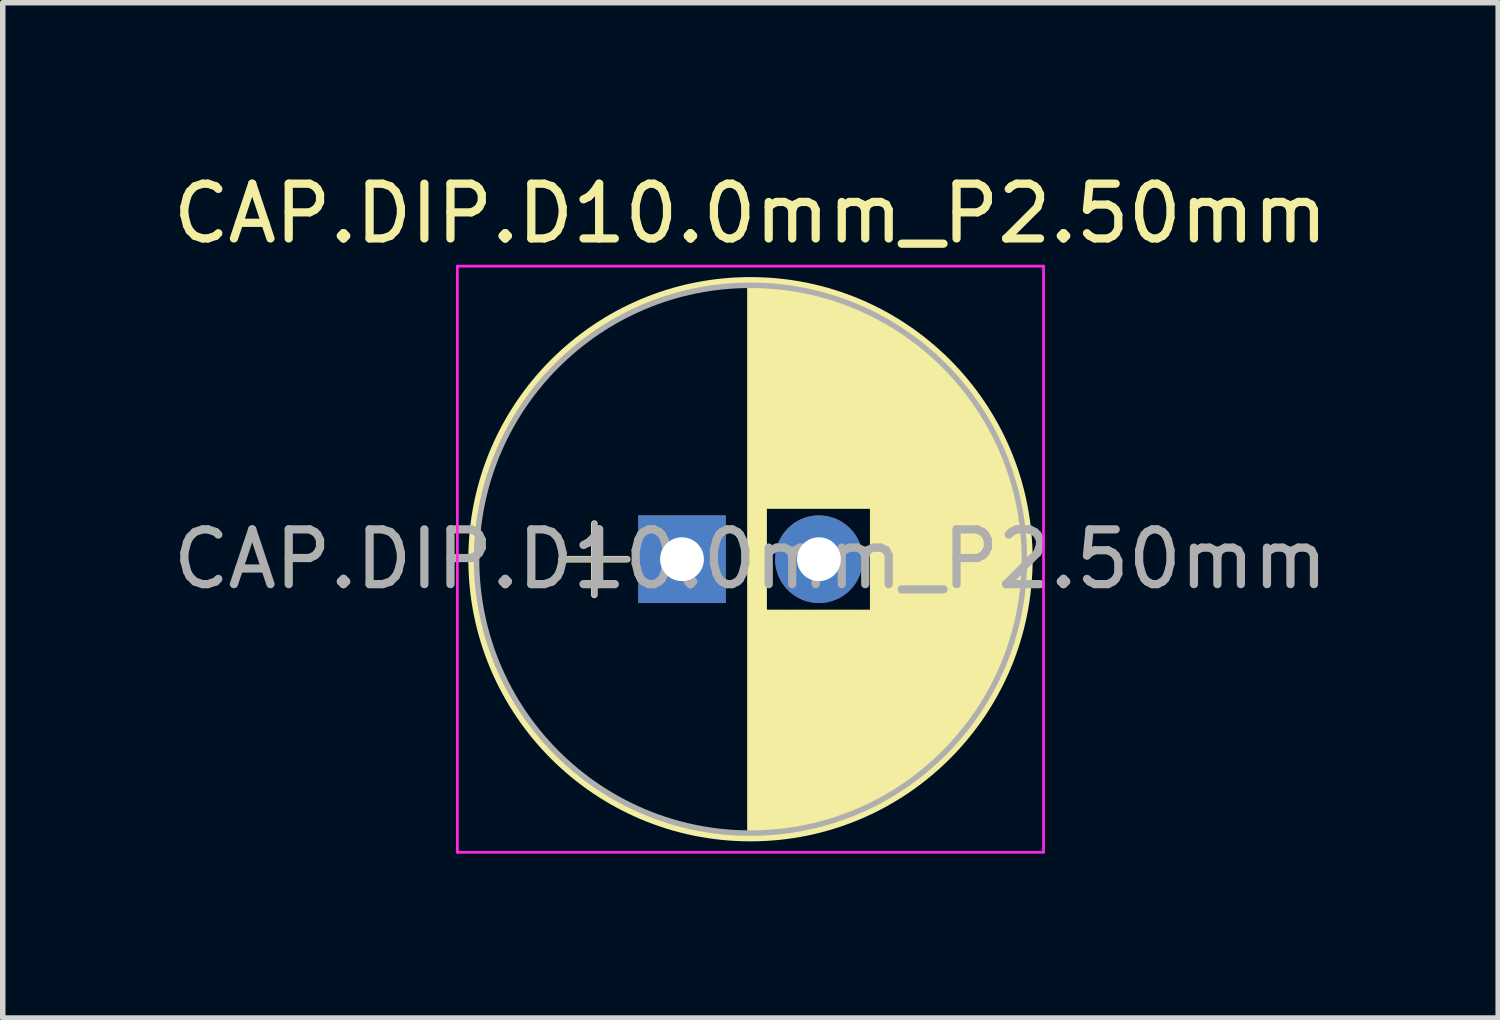
<source format=kicad_pcb>
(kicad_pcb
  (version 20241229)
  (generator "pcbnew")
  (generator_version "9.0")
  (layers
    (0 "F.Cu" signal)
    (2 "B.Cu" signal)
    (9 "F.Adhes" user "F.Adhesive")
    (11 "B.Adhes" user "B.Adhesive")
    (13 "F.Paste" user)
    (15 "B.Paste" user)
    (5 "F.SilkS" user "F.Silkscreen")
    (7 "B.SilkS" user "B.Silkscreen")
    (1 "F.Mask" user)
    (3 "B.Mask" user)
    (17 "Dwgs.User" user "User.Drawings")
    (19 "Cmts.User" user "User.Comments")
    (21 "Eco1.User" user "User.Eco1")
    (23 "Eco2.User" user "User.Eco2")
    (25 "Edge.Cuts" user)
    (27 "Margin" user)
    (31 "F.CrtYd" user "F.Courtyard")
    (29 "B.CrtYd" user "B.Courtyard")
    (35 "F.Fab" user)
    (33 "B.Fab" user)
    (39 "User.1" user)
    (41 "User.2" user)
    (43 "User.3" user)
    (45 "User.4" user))
  (footprint "CAP.DIP.D10.0mm_P2.50mm"
    (layer "F.Cu")
    (at 9.399 7.158)
    (property "Reference" "CAP.DIP.D10.0mm_P2.50mm" (at 1.25 -6.31 0) (layer "F.SilkS") (effects (font (size 1 1) (thickness 0.15))))
    (attr through_hole)
    (fp_line (start -2.2 0) (end -1 0) (stroke (width 0.12) (type solid)) (layer "F.SilkS"))
    (fp_line (start -1.6 -0.65) (end -1.6 0.65) (stroke (width 0.12) (type solid)) (layer "F.SilkS"))
    (fp_line (start 1.25 -5.05) (end 1.25 5.05) (stroke (width 0.12) (type solid)) (layer "F.SilkS"))
    (fp_line (start 1.29 -5.05) (end 1.29 5.05) (stroke (width 0.12) (type solid)) (layer "F.SilkS"))
    (fp_line (start 1.33 -5.05) (end 1.33 5.05) (stroke (width 0.12) (type solid)) (layer "F.SilkS"))
    (fp_line (start 1.37 -5.049) (end 1.37 5.049) (stroke (width 0.12) (type solid)) (layer "F.SilkS"))
    (fp_line (start 1.41 -5.048) (end 1.41 5.048) (stroke (width 0.12) (type solid)) (layer "F.SilkS"))
    (fp_line (start 1.45 -5.047) (end 1.45 5.047) (stroke (width 0.12) (type solid)) (layer "F.SilkS"))
    (fp_line (start 1.49 -5.045) (end 1.49 5.045) (stroke (width 0.12) (type solid)) (layer "F.SilkS"))
    (fp_line (start 1.53 -5.043) (end 1.53 -0.98) (stroke (width 0.12) (type solid)) (layer "F.SilkS"))
    (fp_line (start 1.53 0.98) (end 1.53 5.043) (stroke (width 0.12) (type solid)) (layer "F.SilkS"))
    (fp_line (start 1.57 -5.04) (end 1.57 -0.98) (stroke (width 0.12) (type solid)) (layer "F.SilkS"))
    (fp_line (start 1.57 0.98) (end 1.57 5.04) (stroke (width 0.12) (type solid)) (layer "F.SilkS"))
    (fp_line (start 1.61 -5.038) (end 1.61 -0.98) (stroke (width 0.12) (type solid)) (layer "F.SilkS"))
    (fp_line (start 1.61 0.98) (end 1.61 5.038) (stroke (width 0.12) (type solid)) (layer "F.SilkS"))
    (fp_line (start 1.65 -5.035) (end 1.65 -0.98) (stroke (width 0.12) (type solid)) (layer "F.SilkS"))
    (fp_line (start 1.65 0.98) (end 1.65 5.035) (stroke (width 0.12) (type solid)) (layer "F.SilkS"))
    (fp_line (start 1.69 -5.031) (end 1.69 -0.98) (stroke (width 0.12) (type solid)) (layer "F.SilkS"))
    (fp_line (start 1.69 0.98) (end 1.69 5.031) (stroke (width 0.12) (type solid)) (layer "F.SilkS"))
    (fp_line (start 1.73 -5.028) (end 1.73 -0.98) (stroke (width 0.12) (type solid)) (layer "F.SilkS"))
    (fp_line (start 1.73 0.98) (end 1.73 5.028) (stroke (width 0.12) (type solid)) (layer "F.SilkS"))
    (fp_line (start 1.77 -5.024) (end 1.77 -0.98) (stroke (width 0.12) (type solid)) (layer "F.SilkS"))
    (fp_line (start 1.77 0.98) (end 1.77 5.024) (stroke (width 0.12) (type solid)) (layer "F.SilkS"))
    (fp_line (start 1.81 -5.02) (end 1.81 -0.98) (stroke (width 0.12) (type solid)) (layer "F.SilkS"))
    (fp_line (start 1.81 0.98) (end 1.81 5.02) (stroke (width 0.12) (type solid)) (layer "F.SilkS"))
    (fp_line (start 1.85 -5.015) (end 1.85 -0.98) (stroke (width 0.12) (type solid)) (layer "F.SilkS"))
    (fp_line (start 1.85 0.98) (end 1.85 5.015) (stroke (width 0.12) (type solid)) (layer "F.SilkS"))
    (fp_line (start 1.89 -5.01) (end 1.89 -0.98) (stroke (width 0.12) (type solid)) (layer "F.SilkS"))
    (fp_line (start 1.89 0.98) (end 1.89 5.01) (stroke (width 0.12) (type solid)) (layer "F.SilkS"))
    (fp_line (start 1.93 -5.005) (end 1.93 -0.98) (stroke (width 0.12) (type solid)) (layer "F.SilkS"))
    (fp_line (start 1.93 0.98) (end 1.93 5.005) (stroke (width 0.12) (type solid)) (layer "F.SilkS"))
    (fp_line (start 1.971 -4.999) (end 1.971 -0.98) (stroke (width 0.12) (type solid)) (layer "F.SilkS"))
    (fp_line (start 1.971 0.98) (end 1.971 4.999) (stroke (width 0.12) (type solid)) (layer "F.SilkS"))
    (fp_line (start 2.011 -4.993) (end 2.011 -0.98) (stroke (width 0.12) (type solid)) (layer "F.SilkS"))
    (fp_line (start 2.011 0.98) (end 2.011 4.993) (stroke (width 0.12) (type solid)) (layer "F.SilkS"))
    (fp_line (start 2.051 -4.987) (end 2.051 -0.98) (stroke (width 0.12) (type solid)) (layer "F.SilkS"))
    (fp_line (start 2.051 0.98) (end 2.051 4.987) (stroke (width 0.12) (type solid)) (layer "F.SilkS"))
    (fp_line (start 2.091 -4.981) (end 2.091 -0.98) (stroke (width 0.12) (type solid)) (layer "F.SilkS"))
    (fp_line (start 2.091 0.98) (end 2.091 4.981) (stroke (width 0.12) (type solid)) (layer "F.SilkS"))
    (fp_line (start 2.131 -4.974) (end 2.131 -0.98) (stroke (width 0.12) (type solid)) (layer "F.SilkS"))
    (fp_line (start 2.131 0.98) (end 2.131 4.974) (stroke (width 0.12) (type solid)) (layer "F.SilkS"))
    (fp_line (start 2.171 -4.967) (end 2.171 -0.98) (stroke (width 0.12) (type solid)) (layer "F.SilkS"))
    (fp_line (start 2.171 0.98) (end 2.171 4.967) (stroke (width 0.12) (type solid)) (layer "F.SilkS"))
    (fp_line (start 2.211 -4.959) (end 2.211 -0.98) (stroke (width 0.12) (type solid)) (layer "F.SilkS"))
    (fp_line (start 2.211 0.98) (end 2.211 4.959) (stroke (width 0.12) (type solid)) (layer "F.SilkS"))
    (fp_line (start 2.251 -4.951) (end 2.251 -0.98) (stroke (width 0.12) (type solid)) (layer "F.SilkS"))
    (fp_line (start 2.251 0.98) (end 2.251 4.951) (stroke (width 0.12) (type solid)) (layer "F.SilkS"))
    (fp_line (start 2.291 -4.943) (end 2.291 -0.98) (stroke (width 0.12) (type solid)) (layer "F.SilkS"))
    (fp_line (start 2.291 0.98) (end 2.291 4.943) (stroke (width 0.12) (type solid)) (layer "F.SilkS"))
    (fp_line (start 2.331 -4.935) (end 2.331 -0.98) (stroke (width 0.12) (type solid)) (layer "F.SilkS"))
    (fp_line (start 2.331 0.98) (end 2.331 4.935) (stroke (width 0.12) (type solid)) (layer "F.SilkS"))
    (fp_line (start 2.371 -4.926) (end 2.371 -0.98) (stroke (width 0.12) (type solid)) (layer "F.SilkS"))
    (fp_line (start 2.371 0.98) (end 2.371 4.926) (stroke (width 0.12) (type solid)) (layer "F.SilkS"))
    (fp_line (start 2.411 -4.917) (end 2.411 -0.98) (stroke (width 0.12) (type solid)) (layer "F.SilkS"))
    (fp_line (start 2.411 0.98) (end 2.411 4.917) (stroke (width 0.12) (type solid)) (layer "F.SilkS"))
    (fp_line (start 2.451 -4.907) (end 2.451 -0.98) (stroke (width 0.12) (type solid)) (layer "F.SilkS"))
    (fp_line (start 2.451 0.98) (end 2.451 4.907) (stroke (width 0.12) (type solid)) (layer "F.SilkS"))
    (fp_line (start 2.491 -4.897) (end 2.491 -0.98) (stroke (width 0.12) (type solid)) (layer "F.SilkS"))
    (fp_line (start 2.491 0.98) (end 2.491 4.897) (stroke (width 0.12) (type solid)) (layer "F.SilkS"))
    (fp_line (start 2.531 -4.887) (end 2.531 -0.98) (stroke (width 0.12) (type solid)) (layer "F.SilkS"))
    (fp_line (start 2.531 0.98) (end 2.531 4.887) (stroke (width 0.12) (type solid)) (layer "F.SilkS"))
    (fp_line (start 2.571 -4.876) (end 2.571 -0.98) (stroke (width 0.12) (type solid)) (layer "F.SilkS"))
    (fp_line (start 2.571 0.98) (end 2.571 4.876) (stroke (width 0.12) (type solid)) (layer "F.SilkS"))
    (fp_line (start 2.611 -4.865) (end 2.611 -0.98) (stroke (width 0.12) (type solid)) (layer "F.SilkS"))
    (fp_line (start 2.611 0.98) (end 2.611 4.865) (stroke (width 0.12) (type solid)) (layer "F.SilkS"))
    (fp_line (start 2.651 -4.854) (end 2.651 -0.98) (stroke (width 0.12) (type solid)) (layer "F.SilkS"))
    (fp_line (start 2.651 0.98) (end 2.651 4.854) (stroke (width 0.12) (type solid)) (layer "F.SilkS"))
    (fp_line (start 2.691 -4.843) (end 2.691 -0.98) (stroke (width 0.12) (type solid)) (layer "F.SilkS"))
    (fp_line (start 2.691 0.98) (end 2.691 4.843) (stroke (width 0.12) (type solid)) (layer "F.SilkS"))
    (fp_line (start 2.731 -4.831) (end 2.731 -0.98) (stroke (width 0.12) (type solid)) (layer "F.SilkS"))
    (fp_line (start 2.731 0.98) (end 2.731 4.831) (stroke (width 0.12) (type solid)) (layer "F.SilkS"))
    (fp_line (start 2.771 -4.818) (end 2.771 -0.98) (stroke (width 0.12) (type solid)) (layer "F.SilkS"))
    (fp_line (start 2.771 0.98) (end 2.771 4.818) (stroke (width 0.12) (type solid)) (layer "F.SilkS"))
    (fp_line (start 2.811 -4.806) (end 2.811 -0.98) (stroke (width 0.12) (type solid)) (layer "F.SilkS"))
    (fp_line (start 2.811 0.98) (end 2.811 4.806) (stroke (width 0.12) (type solid)) (layer "F.SilkS"))
    (fp_line (start 2.851 -4.792) (end 2.851 -0.98) (stroke (width 0.12) (type solid)) (layer "F.SilkS"))
    (fp_line (start 2.851 0.98) (end 2.851 4.792) (stroke (width 0.12) (type solid)) (layer "F.SilkS"))
    (fp_line (start 2.891 -4.779) (end 2.891 -0.98) (stroke (width 0.12) (type solid)) (layer "F.SilkS"))
    (fp_line (start 2.891 0.98) (end 2.891 4.779) (stroke (width 0.12) (type solid)) (layer "F.SilkS"))
    (fp_line (start 2.931 -4.765) (end 2.931 -0.98) (stroke (width 0.12) (type solid)) (layer "F.SilkS"))
    (fp_line (start 2.931 0.98) (end 2.931 4.765) (stroke (width 0.12) (type solid)) (layer "F.SilkS"))
    (fp_line (start 2.971 -4.751) (end 2.971 -0.98) (stroke (width 0.12) (type solid)) (layer "F.SilkS"))
    (fp_line (start 2.971 0.98) (end 2.971 4.751) (stroke (width 0.12) (type solid)) (layer "F.SilkS"))
    (fp_line (start 3.011 -4.737) (end 3.011 -0.98) (stroke (width 0.12) (type solid)) (layer "F.SilkS"))
    (fp_line (start 3.011 0.98) (end 3.011 4.737) (stroke (width 0.12) (type solid)) (layer "F.SilkS"))
    (fp_line (start 3.051 -4.722) (end 3.051 -0.98) (stroke (width 0.12) (type solid)) (layer "F.SilkS"))
    (fp_line (start 3.051 0.98) (end 3.051 4.722) (stroke (width 0.12) (type solid)) (layer "F.SilkS"))
    (fp_line (start 3.091 -4.706) (end 3.091 -0.98) (stroke (width 0.12) (type solid)) (layer "F.SilkS"))
    (fp_line (start 3.091 0.98) (end 3.091 4.706) (stroke (width 0.12) (type solid)) (layer "F.SilkS"))
    (fp_line (start 3.131 -4.691) (end 3.131 -0.98) (stroke (width 0.12) (type solid)) (layer "F.SilkS"))
    (fp_line (start 3.131 0.98) (end 3.131 4.691) (stroke (width 0.12) (type solid)) (layer "F.SilkS"))
    (fp_line (start 3.171 -4.674) (end 3.171 -0.98) (stroke (width 0.12) (type solid)) (layer "F.SilkS"))
    (fp_line (start 3.171 0.98) (end 3.171 4.674) (stroke (width 0.12) (type solid)) (layer "F.SilkS"))
    (fp_line (start 3.211 -4.658) (end 3.211 -0.98) (stroke (width 0.12) (type solid)) (layer "F.SilkS"))
    (fp_line (start 3.211 0.98) (end 3.211 4.658) (stroke (width 0.12) (type solid)) (layer "F.SilkS"))
    (fp_line (start 3.251 -4.641) (end 3.251 -0.98) (stroke (width 0.12) (type solid)) (layer "F.SilkS"))
    (fp_line (start 3.251 0.98) (end 3.251 4.641) (stroke (width 0.12) (type solid)) (layer "F.SilkS"))
    (fp_line (start 3.291 -4.624) (end 3.291 -0.98) (stroke (width 0.12) (type solid)) (layer "F.SilkS"))
    (fp_line (start 3.291 0.98) (end 3.291 4.624) (stroke (width 0.12) (type solid)) (layer "F.SilkS"))
    (fp_line (start 3.331 -4.606) (end 3.331 -0.98) (stroke (width 0.12) (type solid)) (layer "F.SilkS"))
    (fp_line (start 3.331 0.98) (end 3.331 4.606) (stroke (width 0.12) (type solid)) (layer "F.SilkS"))
    (fp_line (start 3.371 -4.588) (end 3.371 -0.98) (stroke (width 0.12) (type solid)) (layer "F.SilkS"))
    (fp_line (start 3.371 0.98) (end 3.371 4.588) (stroke (width 0.12) (type solid)) (layer "F.SilkS"))
    (fp_line (start 3.411 -4.569) (end 3.411 -0.98) (stroke (width 0.12) (type solid)) (layer "F.SilkS"))
    (fp_line (start 3.411 0.98) (end 3.411 4.569) (stroke (width 0.12) (type solid)) (layer "F.SilkS"))
    (fp_line (start 3.451 -4.55) (end 3.451 -0.98) (stroke (width 0.12) (type solid)) (layer "F.SilkS"))
    (fp_line (start 3.451 0.98) (end 3.451 4.55) (stroke (width 0.12) (type solid)) (layer "F.SilkS"))
    (fp_line (start 3.491 -4.531) (end 3.491 4.531) (stroke (width 0.12) (type solid)) (layer "F.SilkS"))
    (fp_line (start 3.531 -4.511) (end 3.531 4.511) (stroke (width 0.12) (type solid)) (layer "F.SilkS"))
    (fp_line (start 3.571 -4.491) (end 3.571 4.491) (stroke (width 0.12) (type solid)) (layer "F.SilkS"))
    (fp_line (start 3.611 -4.47) (end 3.611 4.47) (stroke (width 0.12) (type solid)) (layer "F.SilkS"))
    (fp_line (start 3.651 -4.449) (end 3.651 4.449) (stroke (width 0.12) (type solid)) (layer "F.SilkS"))
    (fp_line (start 3.691 -4.428) (end 3.691 4.428) (stroke (width 0.12) (type solid)) (layer "F.SilkS"))
    (fp_line (start 3.731 -4.405) (end 3.731 4.405) (stroke (width 0.12) (type solid)) (layer "F.SilkS"))
    (fp_line (start 3.771 -4.383) (end 3.771 4.383) (stroke (width 0.12) (type solid)) (layer "F.SilkS"))
    (fp_line (start 3.811 -4.36) (end 3.811 4.36) (stroke (width 0.12) (type solid)) (layer "F.SilkS"))
    (fp_line (start 3.851 -4.336) (end 3.851 4.336) (stroke (width 0.12) (type solid)) (layer "F.SilkS"))
    (fp_line (start 3.891 -4.312) (end 3.891 4.312) (stroke (width 0.12) (type solid)) (layer "F.SilkS"))
    (fp_line (start 3.931 -4.288) (end 3.931 4.288) (stroke (width 0.12) (type solid)) (layer "F.SilkS"))
    (fp_line (start 3.971 -4.263) (end 3.971 4.263) (stroke (width 0.12) (type solid)) (layer "F.SilkS"))
    (fp_line (start 4.011 -4.237) (end 4.011 4.237) (stroke (width 0.12) (type solid)) (layer "F.SilkS"))
    (fp_line (start 4.051 -4.211) (end 4.051 4.211) (stroke (width 0.12) (type solid)) (layer "F.SilkS"))
    (fp_line (start 4.091 -4.185) (end 4.091 4.185) (stroke (width 0.12) (type solid)) (layer "F.SilkS"))
    (fp_line (start 4.131 -4.157) (end 4.131 4.157) (stroke (width 0.12) (type solid)) (layer "F.SilkS"))
    (fp_line (start 4.171 -4.13) (end 4.171 4.13) (stroke (width 0.12) (type solid)) (layer "F.SilkS"))
    (fp_line (start 4.211 -4.101) (end 4.211 4.101) (stroke (width 0.12) (type solid)) (layer "F.SilkS"))
    (fp_line (start 4.251 -4.072) (end 4.251 4.072) (stroke (width 0.12) (type solid)) (layer "F.SilkS"))
    (fp_line (start 4.291 -4.043) (end 4.291 4.043) (stroke (width 0.12) (type solid)) (layer "F.SilkS"))
    (fp_line (start 4.331 -4.013) (end 4.331 4.013) (stroke (width 0.12) (type solid)) (layer "F.SilkS"))
    (fp_line (start 4.371 -3.982) (end 4.371 3.982) (stroke (width 0.12) (type solid)) (layer "F.SilkS"))
    (fp_line (start 4.411 -3.951) (end 4.411 3.951) (stroke (width 0.12) (type solid)) (layer "F.SilkS"))
    (fp_line (start 4.451 -3.919) (end 4.451 3.919) (stroke (width 0.12) (type solid)) (layer "F.SilkS"))
    (fp_line (start 4.491 -3.886) (end 4.491 3.886) (stroke (width 0.12) (type solid)) (layer "F.SilkS"))
    (fp_line (start 4.531 -3.853) (end 4.531 3.853) (stroke (width 0.12) (type solid)) (layer "F.SilkS"))
    (fp_line (start 4.571 -3.819) (end 4.571 3.819) (stroke (width 0.12) (type solid)) (layer "F.SilkS"))
    (fp_line (start 4.611 -3.784) (end 4.611 3.784) (stroke (width 0.12) (type solid)) (layer "F.SilkS"))
    (fp_line (start 4.651 -3.748) (end 4.651 3.748) (stroke (width 0.12) (type solid)) (layer "F.SilkS"))
    (fp_line (start 4.691 -3.712) (end 4.691 3.712) (stroke (width 0.12) (type solid)) (layer "F.SilkS"))
    (fp_line (start 4.731 -3.675) (end 4.731 3.675) (stroke (width 0.12) (type solid)) (layer "F.SilkS"))
    (fp_line (start 4.771 -3.637) (end 4.771 3.637) (stroke (width 0.12) (type solid)) (layer "F.SilkS"))
    (fp_line (start 4.811 -3.598) (end 4.811 3.598) (stroke (width 0.12) (type solid)) (layer "F.SilkS"))
    (fp_line (start 4.851 -3.559) (end 4.851 3.559) (stroke (width 0.12) (type solid)) (layer "F.SilkS"))
    (fp_line (start 4.891 -3.518) (end 4.891 3.518) (stroke (width 0.12) (type solid)) (layer "F.SilkS"))
    (fp_line (start 4.931 -3.477) (end 4.931 3.477) (stroke (width 0.12) (type solid)) (layer "F.SilkS"))
    (fp_line (start 4.971 -3.435) (end 4.971 3.435) (stroke (width 0.12) (type solid)) (layer "F.SilkS"))
    (fp_line (start 5.011 -3.391) (end 5.011 3.391) (stroke (width 0.12) (type solid)) (layer "F.SilkS"))
    (fp_line (start 5.051 -3.347) (end 5.051 3.347) (stroke (width 0.12) (type solid)) (layer "F.SilkS"))
    (fp_line (start 5.091 -3.302) (end 5.091 3.302) (stroke (width 0.12) (type solid)) (layer "F.SilkS"))
    (fp_line (start 5.131 -3.255) (end 5.131 3.255) (stroke (width 0.12) (type solid)) (layer "F.SilkS"))
    (fp_line (start 5.171 -3.207) (end 5.171 3.207) (stroke (width 0.12) (type solid)) (layer "F.SilkS"))
    (fp_line (start 5.211 -3.158) (end 5.211 3.158) (stroke (width 0.12) (type solid)) (layer "F.SilkS"))
    (fp_line (start 5.251 -3.108) (end 5.251 3.108) (stroke (width 0.12) (type solid)) (layer "F.SilkS"))
    (fp_line (start 5.291 -3.057) (end 5.291 3.057) (stroke (width 0.12) (type solid)) (layer "F.SilkS"))
    (fp_line (start 5.331 -3.004) (end 5.331 3.004) (stroke (width 0.12) (type solid)) (layer "F.SilkS"))
    (fp_line (start 5.371 -2.949) (end 5.371 2.949) (stroke (width 0.12) (type solid)) (layer "F.SilkS"))
    (fp_line (start 5.411 -2.894) (end 5.411 2.894) (stroke (width 0.12) (type solid)) (layer "F.SilkS"))
    (fp_line (start 5.451 -2.836) (end 5.451 2.836) (stroke (width 0.12) (type solid)) (layer "F.SilkS"))
    (fp_line (start 5.491 -2.777) (end 5.491 2.777) (stroke (width 0.12) (type solid)) (layer "F.SilkS"))
    (fp_line (start 5.531 -2.715) (end 5.531 2.715) (stroke (width 0.12) (type solid)) (layer "F.SilkS"))
    (fp_line (start 5.571 -2.652) (end 5.571 2.652) (stroke (width 0.12) (type solid)) (layer "F.SilkS"))
    (fp_line (start 5.611 -2.587) (end 5.611 2.587) (stroke (width 0.12) (type solid)) (layer "F.SilkS"))
    (fp_line (start 5.651 -2.519) (end 5.651 2.519) (stroke (width 0.12) (type solid)) (layer "F.SilkS"))
    (fp_line (start 5.691 -2.449) (end 5.691 2.449) (stroke (width 0.12) (type solid)) (layer "F.SilkS"))
    (fp_line (start 5.731 -2.377) (end 5.731 2.377) (stroke (width 0.12) (type solid)) (layer "F.SilkS"))
    (fp_line (start 5.771 -2.301) (end 5.771 2.301) (stroke (width 0.12) (type solid)) (layer "F.SilkS"))
    (fp_line (start 5.811 -2.222) (end 5.811 2.222) (stroke (width 0.12) (type solid)) (layer "F.SilkS"))
    (fp_line (start 5.851 -2.14) (end 5.851 2.14) (stroke (width 0.12) (type solid)) (layer "F.SilkS"))
    (fp_line (start 5.891 -2.053) (end 5.891 2.053) (stroke (width 0.12) (type solid)) (layer "F.SilkS"))
    (fp_line (start 5.931 -1.962) (end 5.931 1.962) (stroke (width 0.12) (type solid)) (layer "F.SilkS"))
    (fp_line (start 5.971 -1.866) (end 5.971 1.866) (stroke (width 0.12) (type solid)) (layer "F.SilkS"))
    (fp_line (start 6.011 -1.763) (end 6.011 1.763) (stroke (width 0.12) (type solid)) (layer "F.SilkS"))
    (fp_line (start 6.051 -1.654) (end 6.051 1.654) (stroke (width 0.12) (type solid)) (layer "F.SilkS"))
    (fp_line (start 6.091 -1.536) (end 6.091 1.536) (stroke (width 0.12) (type solid)) (layer "F.SilkS"))
    (fp_line (start 6.131 -1.407) (end 6.131 1.407) (stroke (width 0.12) (type solid)) (layer "F.SilkS"))
    (fp_line (start 6.171 -1.265) (end 6.171 1.265) (stroke (width 0.12) (type solid)) (layer "F.SilkS"))
    (fp_line (start 6.211 -1.104) (end 6.211 1.104) (stroke (width 0.12) (type solid)) (layer "F.SilkS"))
    (fp_line (start 6.251 -0.913) (end 6.251 0.913) (stroke (width 0.12) (type solid)) (layer "F.SilkS"))
    (fp_line (start 6.291 -0.672) (end 6.291 0.672) (stroke (width 0.12) (type solid)) (layer "F.SilkS"))
    (fp_line (start 6.331 -0.279) (end 6.331 0.279) (stroke (width 0.12) (type solid)) (layer "F.SilkS"))
    (fp_circle (center 1.25 0) (end 6.34 0) (stroke (width 0.12) (type solid)) (fill no) (layer "F.SilkS"))
    (fp_line (start -4.1 -5.35) (end -4.1 5.35) (stroke (width 0.05) (type solid)) (layer "F.CrtYd"))
    (fp_line (start -4.1 5.35) (end 6.6 5.35) (stroke (width 0.05) (type solid)) (layer "F.CrtYd"))
    (fp_line (start 6.6 -5.35) (end -4.1 -5.35) (stroke (width 0.05) (type solid)) (layer "F.CrtYd"))
    (fp_line (start 6.6 5.35) (end 6.6 -5.35) (stroke (width 0.05) (type solid)) (layer "F.CrtYd"))
    (fp_line (start -2.2 0) (end -1 0) (stroke (width 0.1) (type solid)) (layer "F.Fab"))
    (fp_line (start -1.6 -0.65) (end -1.6 0.65) (stroke (width 0.1) (type solid)) (layer "F.Fab"))
    (fp_circle (center 1.25 0) (end 6.25 0) (stroke (width 0.1) (type solid)) (fill no) (layer "F.Fab"))
    (fp_text user "${REFERENCE}" (at 1.25 0 0) (layer "F.Fab") (effects (font (size 1 1) (thickness 0.15))))
    (pad "1" thru_hole rect (at 0 0) (size 1.6 1.6) (drill 0.8) (layers "*.Cu" "*.Mask"))
    (pad "2" thru_hole circle (at 2.5 0) (size 1.6 1.6) (drill 0.8) (layers "*.Cu" "*.Mask")))
  (gr_rect
    (start -3 -3)
    (end 24.298 15.533)
    (stroke (width 0.1) (type default))
    (fill no)
    (layer "Edge.Cuts")))
</source>
